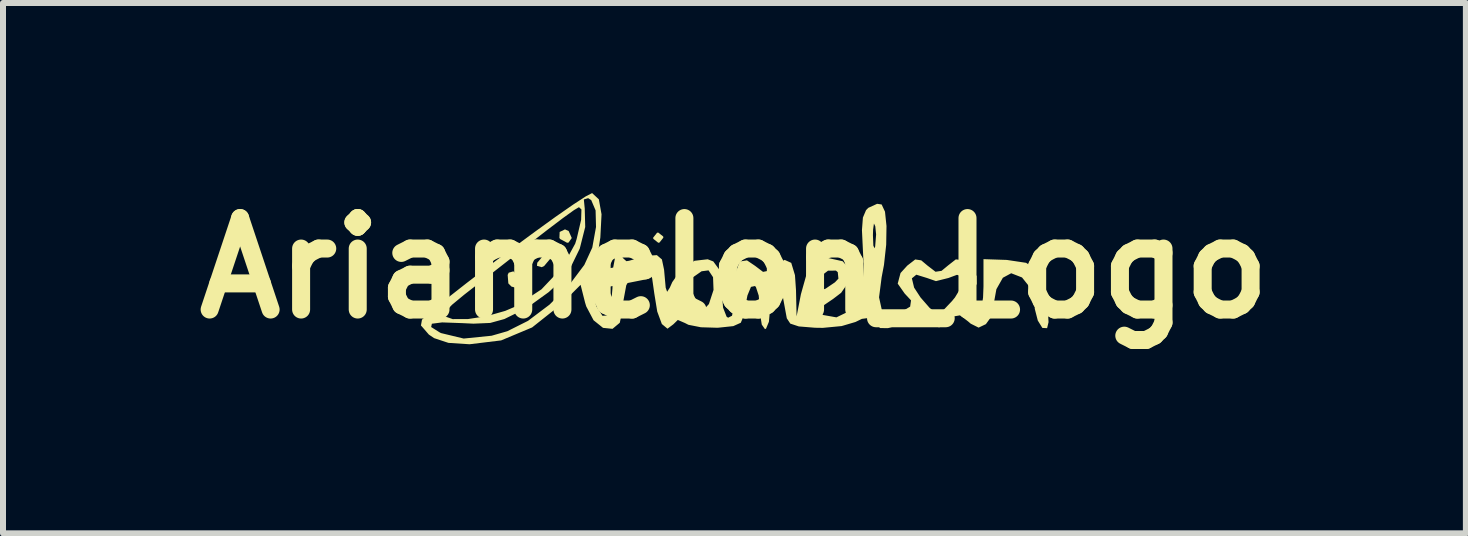
<source format=kicad_pcb>
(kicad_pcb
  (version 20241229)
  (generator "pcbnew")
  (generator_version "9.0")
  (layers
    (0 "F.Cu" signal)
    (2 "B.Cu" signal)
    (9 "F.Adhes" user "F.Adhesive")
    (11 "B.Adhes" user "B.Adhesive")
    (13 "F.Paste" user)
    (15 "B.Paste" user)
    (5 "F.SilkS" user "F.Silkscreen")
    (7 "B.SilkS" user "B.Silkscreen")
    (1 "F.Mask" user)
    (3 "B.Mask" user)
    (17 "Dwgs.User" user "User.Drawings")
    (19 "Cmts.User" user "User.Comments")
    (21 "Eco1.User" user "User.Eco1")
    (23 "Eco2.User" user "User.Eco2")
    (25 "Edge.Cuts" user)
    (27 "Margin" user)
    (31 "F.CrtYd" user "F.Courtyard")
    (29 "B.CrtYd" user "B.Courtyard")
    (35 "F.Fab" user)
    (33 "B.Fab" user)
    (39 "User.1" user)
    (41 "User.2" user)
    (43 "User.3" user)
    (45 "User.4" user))
  (footprint "Ariamelon_Logo"
    (layer "F.Cu")
    (at 9.188 1.418)
    (property "Reference" "Ariamelon_Logo" (at 0 0 0) (layer "F.SilkS") (effects (font (size 1.524 1.524) (thickness 0.3))))
    (attr board_only exclude_from_pos_files exclude_from_bom)
    (fp_poly (pts (xy -4.155 0.504) (xy -4.149 0.555) (xy -4.196 0.665) (xy -4.233 0.677) (xy -4.301 0.606) (xy -4.318 0.503) (xy -4.285 0.386) (xy -4.233 0.381)) (stroke (width 0) (type solid)) (fill yes) (layer "F.SilkS"))
    (fp_poly (pts (xy -3.598 0.138) (xy -3.557 0.275) (xy -3.61 0.336) (xy -3.716 0.307) (xy -3.768 0.254) (xy -3.779 0.113) (xy -3.762 0.076) (xy -3.684 0.053)) (stroke (width 0) (type solid)) (fill yes) (layer "F.SilkS"))
    (fp_poly (pts (xy -3.059 -0.215) (xy -3.064 -0.164) (xy -3.171 -0.036) (xy -3.212 -0.016) (xy -3.291 -0.039) (xy -3.286 -0.09) (xy -3.179 -0.218) (xy -3.138 -0.238)) (stroke (width 0) (type solid)) (fill yes) (layer "F.SilkS"))
    (fp_poly (pts (xy -2.763 -0.619) (xy -2.711 -0.502) (xy -2.765 -0.426) (xy -2.789 -0.423) (xy -2.904 -0.485) (xy -2.917 -0.502) (xy -2.913 -0.603) (xy -2.824 -0.646)) (stroke (width 0) (type solid)) (fill yes) (layer "F.SilkS"))
    (fp_poly (pts (xy -1.188 -0.528) (xy -1.185 -0.508) (xy -1.25 -0.426) (xy -1.27 -0.423) (xy -1.352 -0.488) (xy -1.355 -0.508) (xy -1.29 -0.59) (xy -1.27 -0.593)) (stroke (width 0) (type solid)) (fill yes) (layer "F.SilkS"))
    (fp_poly (pts (xy -2.371 -1.25) (xy -2.26 -1.147) (xy -2.215 -0.897) (xy -2.235 -0.51) (xy -2.291 -0.148) (xy -2.346 0.206) (xy -2.35 0.448) (xy -2.305 0.626) (xy -2.299 0.64) (xy -2.199 0.794) (xy -2.116 0.788) (xy -2.059 0.632) (xy -2.033 0.334) (xy -2.032 0.249) (xy -2.019 -0.02) (xy -1.985 -0.201) (xy -1.947 -0.254) (xy -1.865 -0.192) (xy -1.863 -0.172) (xy -1.801 -0.116) (xy -1.757 -0.123) (xy -1.464 -0.205) (xy -1.293 -0.217) (xy -1.209 -0.145) (xy -1.173 0.026) (xy -1.166 0.105) (xy -1.146 0.326) (xy -1.122 0.394) (xy -1.078 0.326) (xy -1.036 0.232) (xy -0.88 0.012) (xy -0.665 -0.123) (xy -0.446 -0.148) (xy -0.353 -0.112) (xy -0.254 0.023) (xy -0.214 0.283) (xy -0.212 0.384) (xy -0.19 0.658) (xy -0.131 0.809) (xy -0.106 0.826) (xy -0.041 0.793) (xy -0.007 0.626) (xy 0 0.393) (xy 0.022 0.062) (xy 0.089 -0.111) (xy 0.208 -0.13) (xy 0.344 -0.038) (xy 0.476 0.062) (xy 0.577 0.042) (xy 0.672 -0.038) (xy 0.836 -0.138) (xy 0.946 -0.088) (xy 1.008 0.117) (xy 1.025 0.365) (xy 1.035 0.804) (xy 1.107 0.435) (xy 1.142 0.31) (xy 1.355 0.31) (xy 1.388 0.385) (xy 1.513 0.344) (xy 1.519 0.341) (xy 1.674 0.236) (xy 1.732 0.175) (xy 1.721 0.067) (xy 1.691 0.041) (xy 1.559 0.042) (xy 1.425 0.144) (xy 1.355 0.293) (xy 1.355 0.31) (xy 1.142 0.31) (xy 1.202 0.097) (xy 1.333 -0.096) (xy 1.518 -0.168) (xy 1.56 -0.169) (xy 1.803 -0.115) (xy 1.923 0.024) (xy 1.916 0.211) (xy 1.777 0.411) (xy 1.642 0.514) (xy 1.459 0.638) (xy 1.409 0.716) (xy 1.472 0.778) (xy 1.474 0.78) (xy 1.699 0.82) (xy 1.917 0.714) (xy 2.066 0.523) (xy 2.136 0.281) (xy 2.151 -0.082) (xy 2.14 -0.299) (xy 2.128 -0.55) (xy 2.307 -0.55) (xy 2.314 -0.376) (xy 2.333 -0.331) (xy 2.344 -0.359) (xy 2.36 -0.562) (xy 2.346 -0.698) (xy 2.324 -0.744) (xy 2.31 -0.643) (xy 2.307 -0.55) (xy 2.128 -0.55) (xy 2.124 -0.634) (xy 2.14 -0.843) (xy 2.192 -0.966) (xy 2.23 -1.005) (xy 2.377 -1.072) (xy 2.452 -1.061) (xy 2.508 -0.941) (xy 2.533 -0.702) (xy 2.528 -0.39) (xy 2.491 -0.053) (xy 2.452 0.152) (xy 2.409 0.486) (xy 2.456 0.7) (xy 2.588 0.783) (xy 2.753 0.746) (xy 2.927 0.641) (xy 2.942 0.537) (xy 2.836 0.423) (xy 2.72 0.258) (xy 2.743 0.17) (xy 2.956 0.17) (xy 2.993 0.324) (xy 3.1 0.488) (xy 3.25 0.66) (xy 3.365 0.755) (xy 3.387 0.762) (xy 3.48 0.701) (xy 3.624 0.549) (xy 3.674 0.488) (xy 3.8 0.279) (xy 3.809 0.145) (xy 3.708 0.111) (xy 3.565 0.164) (xy 3.357 0.216) (xy 3.208 0.164) (xy 3.03 0.109) (xy 2.956 0.17) (xy 2.743 0.17) (xy 2.767 0.081) (xy 2.879 -0.042) (xy 3.012 -0.145) (xy 3.112 -0.13) (xy 3.217 -0.042) (xy 3.35 0.06) (xy 3.45 0.045) (xy 3.559 -0.045) (xy 3.688 -0.146) (xy 3.784 -0.136) (xy 3.914 -0.019) (xy 4.034 0.13) (xy 4.036 0.262) (xy 3.985 0.37) (xy 3.923 0.576) (xy 3.967 0.721) (xy 4.069 0.762) (xy 4.113 0.686) (xy 4.142 0.489) (xy 4.149 0.306) (xy 4.149 -0.15) (xy 4.538 -0.137) (xy 4.859 -0.089) (xy 5.037 0.027) (xy 5.112 0.191) (xy 5.177 0.432) (xy 5.221 0.689) (xy 5.233 0.9) (xy 5.209 1) (xy 5.13 0.996) (xy 5.054 0.873) (xy 5.004 0.679) (xy 4.997 0.578) (xy 4.937 0.338) (xy 4.791 0.155) (xy 4.611 0.085) (xy 4.472 0.16) (xy 4.364 0.351) (xy 4.318 0.604) (xy 4.318 0.619) (xy 4.268 0.824) (xy 4.189 0.933) (xy 4.068 0.991) (xy 3.936 0.925) (xy 3.893 0.888) (xy 3.76 0.786) (xy 3.66 0.803) (xy 3.558 0.888) (xy 3.413 0.986) (xy 3.297 0.96) (xy 3.259 0.93) (xy 3.14 0.869) (xy 2.975 0.879) (xy 2.781 0.936) (xy 2.556 1) (xy 2.429 0.998) (xy 2.345 0.926) (xy 2.337 0.915) (xy 2.245 0.829) (xy 2.123 0.845) (xy 2.016 0.897) (xy 1.786 0.965) (xy 1.472 0.995) (xy 1.342 0.993) (xy 1.072 0.971) (xy 0.93 0.924) (xy 0.872 0.836) (xy 0.866 0.804) (xy 0.808 0.489) (xy 0.751 0.325) (xy 0.686 0.292) (xy 0.675 0.298) (xy 0.622 0.408) (xy 0.594 0.618) (xy 0.593 0.682) (xy 0.574 0.893) (xy 0.526 1.008) (xy 0.508 1.016) (xy 0.455 0.941) (xy 0.425 0.754) (xy 0.423 0.682) (xy 0.404 0.457) (xy 0.357 0.314) (xy 0.341 0.298) (xy 0.275 0.312) (xy 0.216 0.455) (xy 0.159 0.747) (xy 0.15 0.804) (xy 0.105 0.91) (xy -0.02 0.966) (xy -0.267 0.992) (xy -0.291 0.993) (xy -0.559 0.985) (xy -0.767 0.944) (xy -0.826 0.914) (xy -0.944 0.863) (xy -1.019 0.936) (xy -1.116 1.009) (xy -1.21 0.931) (xy -1.287 0.723) (xy -1.326 0.483) (xy -0.893 0.483) (xy -0.852 0.582) (xy -0.708 0.737) (xy -0.55 0.734) (xy -0.426 0.598) (xy -0.349 0.363) (xy -0.357 0.151) (xy -0.432 0.037) (xy -0.548 0.052) (xy -0.71 0.165) (xy -0.737 0.191) (xy -0.874 0.354) (xy -0.893 0.483) (xy -1.326 0.483) (xy -1.335 0.428) (xy -1.372 0.168) (xy -1.429 0.038) (xy -1.525 0.000249) (xy -1.537 0) (xy -1.689 0.078) (xy -1.803 0.286) (xy -1.859 0.587) (xy -1.863 0.686) (xy -1.911 0.91) (xy -2.032 1.011) (xy -2.19 0.995) (xy -2.348 0.868) (xy -2.47 0.637) (xy -2.489 0.575) (xy -2.564 0.278) (xy -2.898 0.612) (xy -3.372 0.988) (xy -3.888 1.204) (xy -4.414 1.268) (xy -4.766 1.245) (xy -5.005 1.166) (xy -5.092 1.107) (xy -5.201 0.981) (xy -5.054 0.981) (xy -4.911 1.071) (xy -4.889 1.082) (xy -4.512 1.173) (xy -4.047 1.126) (xy -3.785 1.051) (xy -3.44 0.878) (xy -3.082 0.608) (xy -2.756 0.284) (xy -2.502 -0.054) (xy -2.369 -0.343) (xy -2.307 -0.686) (xy -2.314 -0.962) (xy -2.387 -1.134) (xy -2.438 -1.166) (xy -2.51 -1.145) (xy -2.495 -0.994) (xy -2.495 -0.993) (xy -2.487 -0.686) (xy -2.578 -0.326) (xy -2.748 0.023) (xy -2.876 0.196) (xy -3.095 0.399) (xy -3.386 0.609) (xy -3.558 0.712) (xy -3.834 0.848) (xy -4.07 0.913) (xy -4.349 0.925) (xy -4.537 0.916) (xy -4.871 0.904) (xy -5.042 0.926) (xy -5.054 0.981) (xy -5.201 0.981) (xy -5.224 0.955) (xy -5.207 0.859) (xy -5.135 0.795) (xy -4.849 0.795) (xy -4.696 0.849) (xy -4.439 0.848) (xy -4.129 0.8) (xy -3.82 0.712) (xy -3.651 0.64) (xy -3.216 0.353) (xy -2.872 -0.01) (xy -2.654 -0.408) (xy -2.63 -0.485) (xy -2.555 -0.805) (xy -2.55 -0.978) (xy -2.591 -1.016) (xy -2.674 -0.967) (xy -2.86 -0.833) (xy -3.12 -0.636) (xy -3.374 -0.439) (xy -3.723 -0.164) (xy -4.071 0.108) (xy -4.368 0.337) (xy -4.503 0.442) (xy -4.706 0.61) (xy -4.83 0.74) (xy -4.849 0.795) (xy -5.135 0.795) (xy -5.042 0.712) (xy -4.785 0.501) (xy -4.46 0.246) (xy -4.092 -0.036) (xy -3.706 -0.326) (xy -3.327 -0.605) (xy -2.98 -0.856) (xy -2.688 -1.059) (xy -2.478 -1.196) (xy -2.374 -1.25)) (stroke (width 0) (type solid)) (fill yes) (layer "F.SilkS")))
  (gr_rect
    (start -3 -3)
    (end 21.375 5.836)
    (stroke (width 0.1) (type default))
    (fill no)
    (layer "Edge.Cuts")))
</source>
